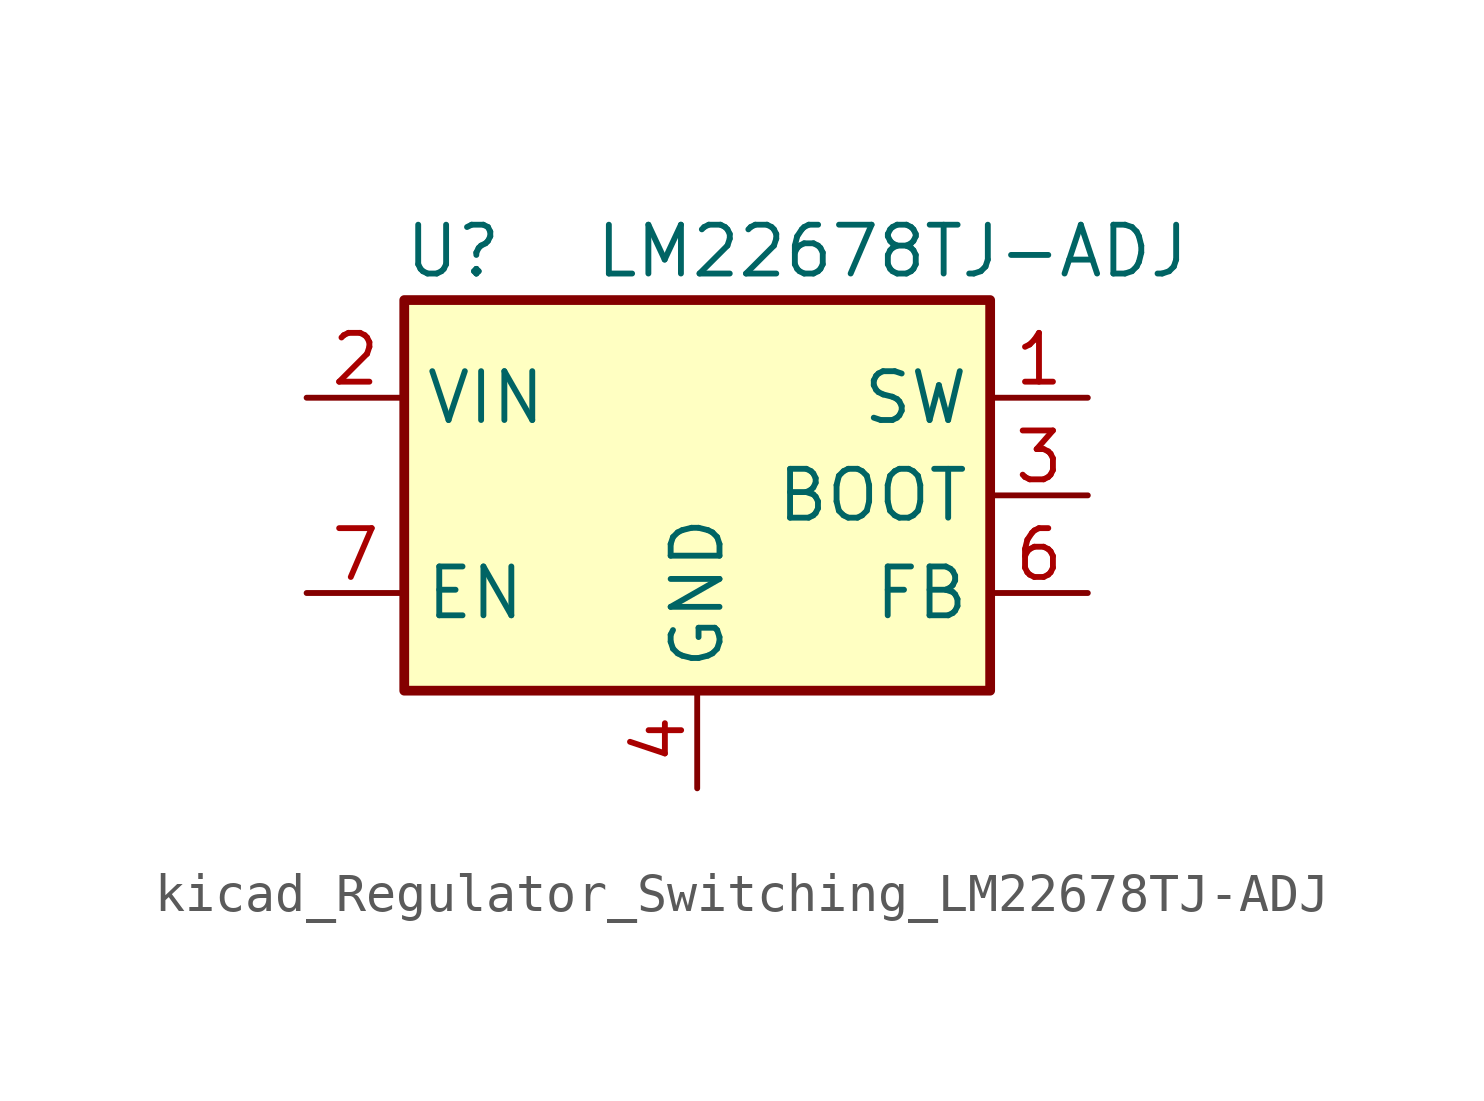
<source format=kicad_sym>
(kicad_symbol_lib
  (version 20220914)
  (generator kicad_symbol_editor)
  (symbol "kicad_Regulator_Switching_LM22678TJ-ADJ"
    (property "Reference" "U"
      (at -6.35 6.35 0)
      (effects (font (size 1.27 1.27))))
    (property "Value" "LM22678TJ-ADJ"
      (at 5.08 6.35 0)
      (effects (font (size 1.27 1.27))))
    (symbol "kicad_Regulator_Switching_LM22678TJ-ADJ_0_1"
      (rectangle (start -7.62 5.08) (end 7.62 -5.08) (stroke (width 0.254) (type default)) (fill (type background))))
    (symbol "kicad_Regulator_Switching_LM22678TJ-ADJ_1_1"
      (pin power_out line (at 10.16 2.54 180) (length 2.54) (name "SW" (effects (font (size 1.27 1.27)))) (number "1" (effects (font (size 1.27 1.27)))))
      (pin power_in line (at -10.16 2.54 0) (length 2.54) (name "VIN" (effects (font (size 1.27 1.27)))) (number "2" (effects (font (size 1.27 1.27)))))
      (pin passive line (at 10.16 0 180) (length 2.54) (name "BOOT" (effects (font (size 1.27 1.27)))) (number "3" (effects (font (size 1.27 1.27)))))
      (pin power_in line (at 0 -7.62 90) (length 2.54) (name "GND" (effects (font (size 1.27 1.27)))) (number "4" (effects (font (size 1.27 1.27)))))
      (pin no_connect line (at -7.62 0 0) (length 2.54) hide (name "NC" (effects (font (size 1.27 1.27)))) (number "5" (effects (font (size 1.27 1.27)))))
      (pin input line (at 10.16 -2.54 180) (length 2.54) (name "FB" (effects (font (size 1.27 1.27)))) (number "6" (effects (font (size 1.27 1.27)))))
      (pin input line (at -10.16 -2.54 0) (length 2.54) (name "EN" (effects (font (size 1.27 1.27)))) (number "7" (effects (font (size 1.27 1.27)))))
      (pin passive line (at 0 -7.62 90) (length 2.54) hide (name "GND" (effects (font (size 1.27 1.27)))) (number "8" (effects (font (size 1.27 1.27))))))))
</source>
